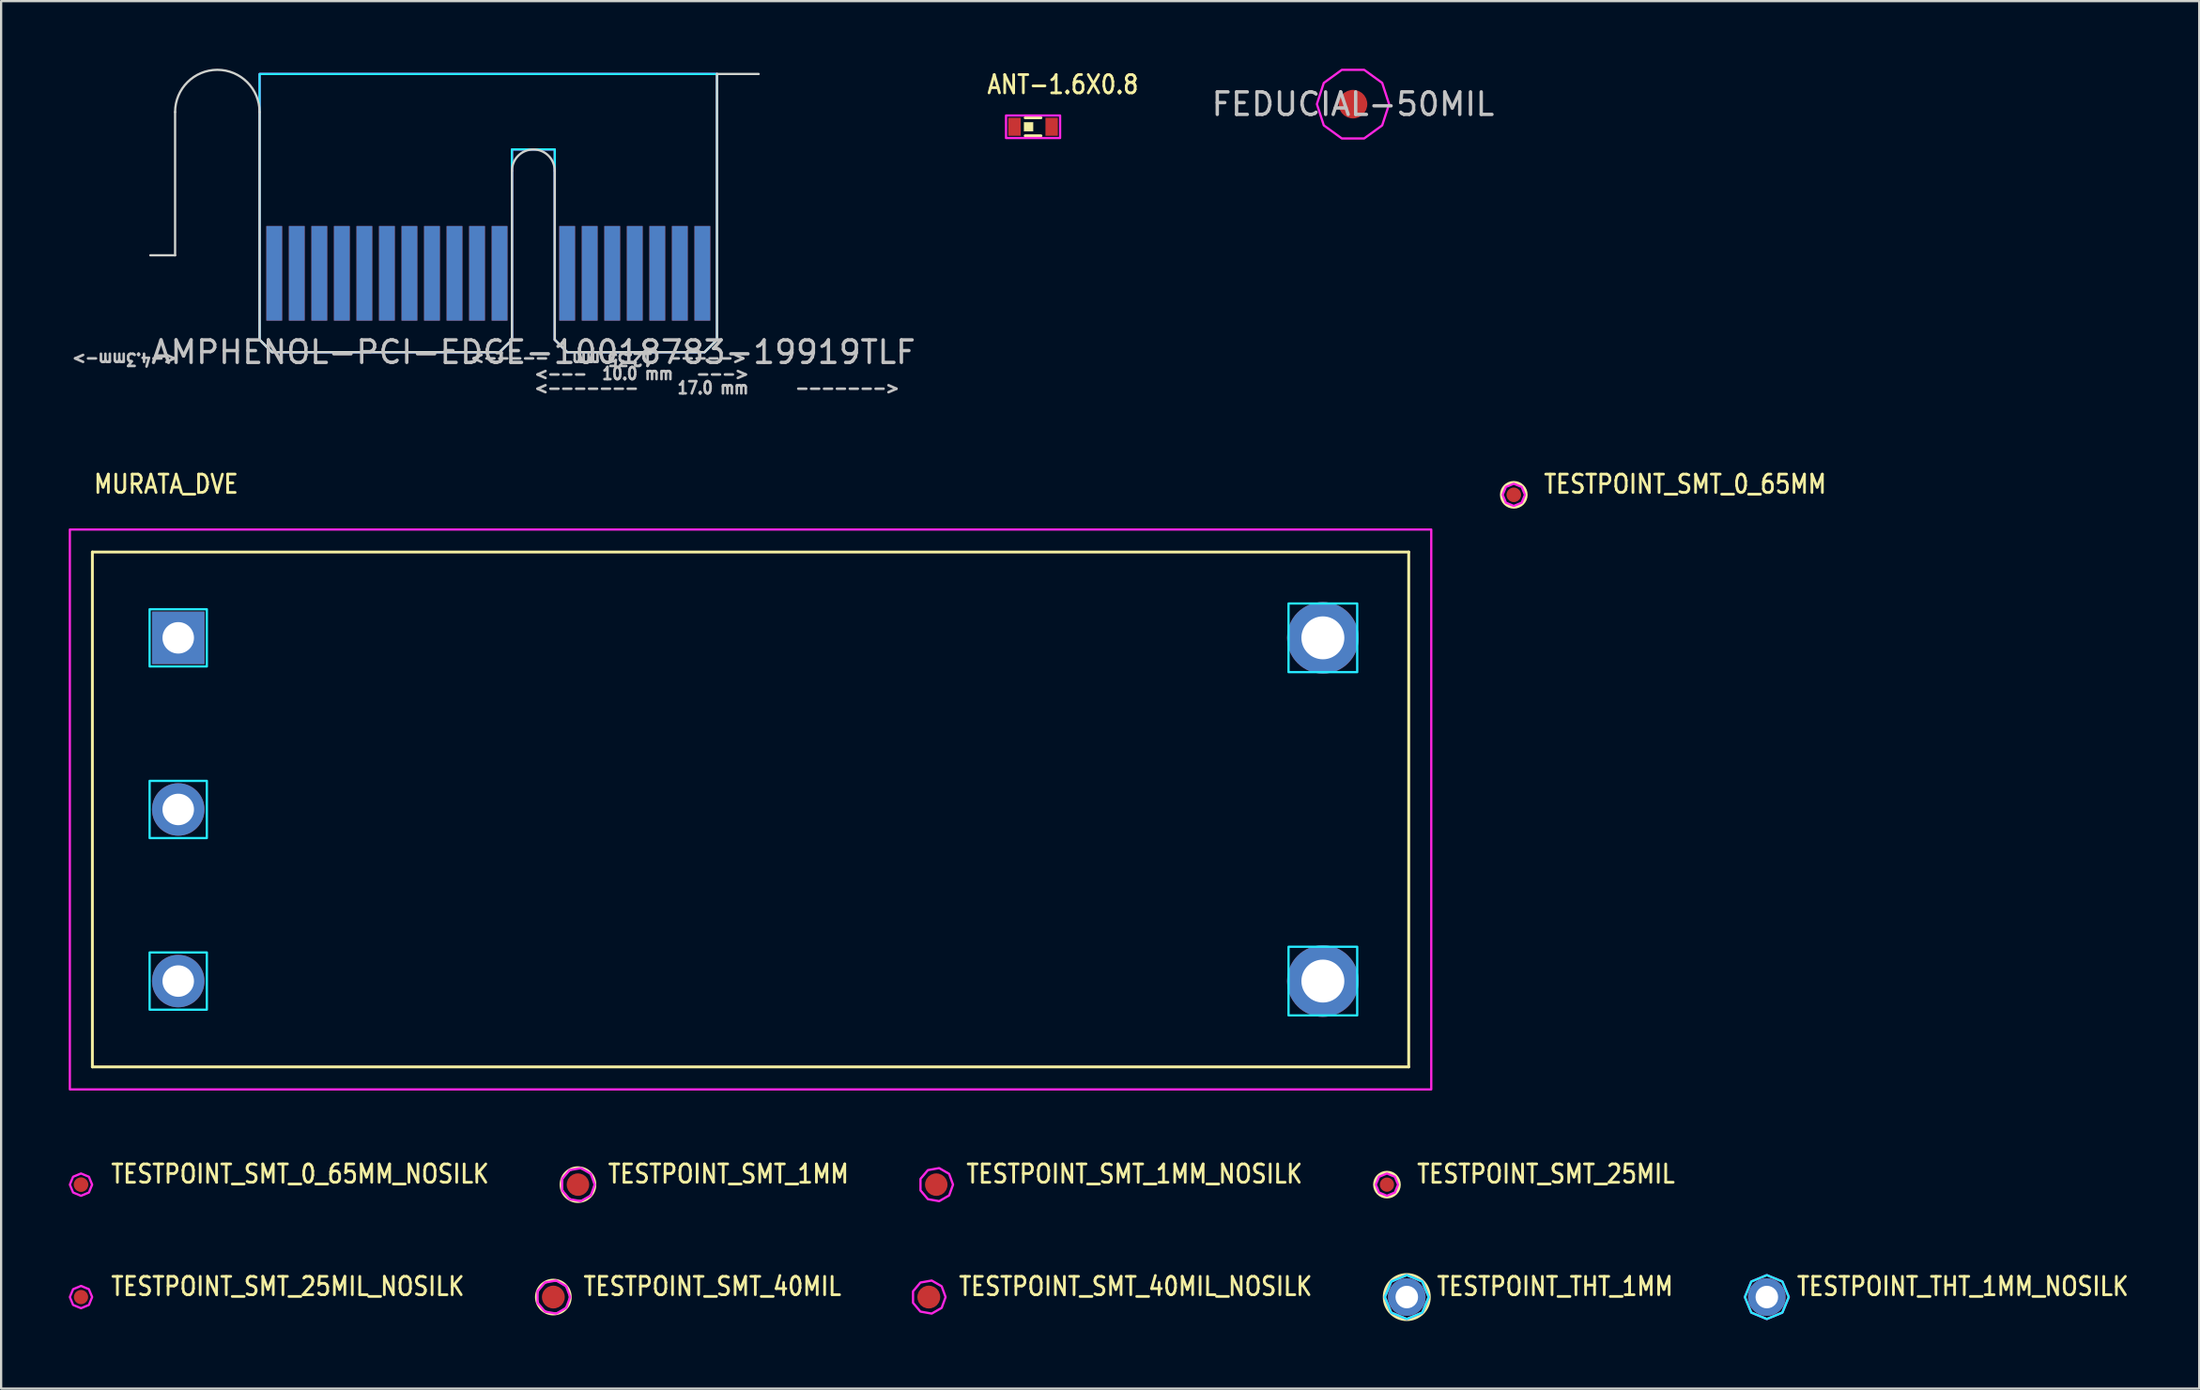
<source format=kicad_pcb>
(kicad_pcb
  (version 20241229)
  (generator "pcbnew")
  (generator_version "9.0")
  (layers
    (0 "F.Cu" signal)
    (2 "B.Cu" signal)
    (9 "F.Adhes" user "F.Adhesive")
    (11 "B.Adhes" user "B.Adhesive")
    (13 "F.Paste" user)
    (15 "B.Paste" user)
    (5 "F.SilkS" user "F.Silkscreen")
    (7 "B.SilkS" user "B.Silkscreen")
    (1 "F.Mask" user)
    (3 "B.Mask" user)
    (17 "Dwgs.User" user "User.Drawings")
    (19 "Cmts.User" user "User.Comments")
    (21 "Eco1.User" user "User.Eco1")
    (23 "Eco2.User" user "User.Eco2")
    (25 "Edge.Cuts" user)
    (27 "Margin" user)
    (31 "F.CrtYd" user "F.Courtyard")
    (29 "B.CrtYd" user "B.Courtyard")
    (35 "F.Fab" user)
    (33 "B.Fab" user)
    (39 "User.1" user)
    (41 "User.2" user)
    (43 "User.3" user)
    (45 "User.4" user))
  (footprint "TESTPOINT_SMT_40MIL_NOSILK"
    (layer "F.Cu")
    (at 38.171 54.54)
    (property "Reference" "TESTPOINT_SMT_40MIL_NOSILK" (at 1.27 0 0) (unlocked yes) (layer "F.SilkS") (effects (font (size 0.813 0.695) (thickness 0.122)) (justify left bottom)))
    (fp_poly (pts (xy 0.745 0) (xy 0.571 -0.479) (xy 0.129 -0.734) (xy -0.372 -0.645) (xy -0.7 -0.255) (xy -0.7 0.255) (xy -0.372 0.645) (xy 0.129 0.734) (xy 0.571 0.479)) (stroke (width 0.1) (type solid)) (fill no) (layer "F.CrtYd"))
    (pad "1" smd roundrect (at 0 0) (size 1.016 1.016) (layers "F.Cu" "F.Mask") (roundrect_rratio 0.5)))
  (footprint "TESTPOINT_SMT_1MM"
    (layer "F.Cu")
    (at 22.6 49.548)
    (property "Reference" "TESTPOINT_SMT_1MM" (at 1.27 0 0) (unlocked yes) (layer "F.SilkS") (effects (font (size 0.813 0.695) (thickness 0.122)) (justify left bottom)))
    (fp_circle (center 0 0) (end 0.75 0) (stroke (width 0.127) (type solid)) (fill no) (layer "F.SilkS"))
    (fp_poly (pts (xy 0.745 0) (xy 0.571 -0.479) (xy 0.129 -0.734) (xy -0.372 -0.645) (xy -0.7 -0.255) (xy -0.7 0.255) (xy -0.372 0.645) (xy 0.129 0.734) (xy 0.571 0.479)) (stroke (width 0.1) (type solid)) (fill no) (layer "F.CrtYd"))
    (pad "1" smd roundrect (at 0 0) (size 1 1) (layers "F.Cu" "F.Mask") (roundrect_rratio 0.5)))
  (footprint "TESTPOINT_SMT_40MIL"
    (layer "F.Cu")
    (at 21.508 54.54)
    (property "Reference" "TESTPOINT_SMT_40MIL" (at 1.27 0 0) (unlocked yes) (layer "F.SilkS") (effects (font (size 0.813 0.695) (thickness 0.122)) (justify left bottom)))
    (fp_circle (center 0 0) (end 0.75 0) (stroke (width 0.127) (type solid)) (fill no) (layer "F.SilkS"))
    (fp_poly (pts (xy 0.745 0) (xy 0.571 -0.479) (xy 0.129 -0.734) (xy -0.372 -0.645) (xy -0.7 -0.255) (xy -0.7 0.255) (xy -0.372 0.645) (xy 0.129 0.734) (xy 0.571 0.479)) (stroke (width 0.1) (type solid)) (fill no) (layer "F.CrtYd"))
    (pad "1" smd roundrect (at 0 0) (size 1.016 1.016) (layers "F.Cu" "F.Mask") (roundrect_rratio 0.5)))
  (footprint "TESTPOINT_THT_1MM_NOSILK"
    (layer "F.Cu")
    (at 75.363 54.54)
    (property "Reference" "TESTPOINT_THT_1MM_NOSILK" (at 1.27 0 0) (unlocked yes) (layer "F.SilkS") (effects (font (size 0.813 0.695) (thickness 0.122)) (justify left bottom)))
    (fp_poly (pts (xy 0.974 0) (xy 0.689 -0.689) (xy 0 -0.974) (xy -0.689 -0.689) (xy -0.974 0) (xy -0.689 0.689) (xy 0 0.974) (xy 0.689 0.689)) (stroke (width 0.1) (type solid)) (fill no) (layer "B.CrtYd"))
    (fp_poly (pts (xy 0.974 0) (xy 0.689 -0.689) (xy 0 -0.974) (xy -0.689 -0.689) (xy -0.974 0) (xy -0.689 0.689) (xy 0 0.974) (xy 0.689 0.689)) (stroke (width 0.1) (type solid)) (fill no) (layer "F.CrtYd"))
    (pad "1" thru_hole oval (at 0 0) (size 1.667 1.667) (drill 1) (layers "*.Cu" "*.Mask")))
  (footprint "TESTPOINT_THT_1MM"
    (layer "F.Cu")
    (at 59.384 54.54)
    (property "Reference" "TESTPOINT_THT_1MM" (at 1.27 0 0) (unlocked yes) (layer "F.SilkS") (effects (font (size 0.813 0.695) (thickness 0.122)) (justify left bottom)))
    (fp_circle (center 0 0) (end 1 0) (stroke (width 0.127) (type solid)) (fill no) (layer "F.SilkS"))
    (fp_poly (pts (xy 0.974 0) (xy 0.689 -0.689) (xy 0 -0.974) (xy -0.689 -0.689) (xy -0.974 0) (xy -0.689 0.689) (xy 0 0.974) (xy 0.689 0.689)) (stroke (width 0.1) (type solid)) (fill no) (layer "B.CrtYd"))
    (fp_poly (pts (xy 0.974 0) (xy 0.689 -0.689) (xy 0 -0.974) (xy -0.689 -0.689) (xy -0.974 0) (xy -0.689 0.689) (xy 0 0.974) (xy 0.689 0.689)) (stroke (width 0.1) (type solid)) (fill no) (layer "F.CrtYd"))
    (pad "1" thru_hole oval (at 0 0) (size 1.667 1.667) (drill 1) (layers "*.Cu" "*.Mask")))
  (footprint "AMPHENOL-PCI-EDGE-10018783-19919TLF"
    (layer "F.Cu")
    (at 20.621 12.585)
    (property "Reference" "AMPHENOL-PCI-EDGE-10018783-19919TLF" (at 0 0 0) (layer "Dwgs.User") (effects (font (size 1 1) (thickness 0.15))))
    (fp_poly (pts (xy -12.5 -8) (xy -12.5 0.35) (xy 8.5 0.35) (xy 8.5 -8)) (stroke (width 0) (type solid)) (fill yes) (layer "F.Mask"))
    (fp_poly (pts (xy -12.5 -8) (xy -12.5 0.35) (xy 8.5 0.35) (xy 8.5 -8)) (stroke (width 0) (type solid)) (fill yes) (layer "B.Mask"))
    (fp_line (start -15.9 -10.66) (end -15.9 -4.3) (stroke (width 0.1) (type solid)) (layer "Edge.Cuts"))
    (fp_line (start -15.9 -4.3) (end -17 -4.3) (stroke (width 0.1) (type solid)) (layer "Edge.Cuts"))
    (fp_line (start -12.15 -0.55) (end -12.15 -10.66) (stroke (width 0.1) (type solid)) (layer "Edge.Cuts"))
    (fp_line (start -11.6 0) (end -12.15 -0.55) (stroke (width 0.1) (type solid)) (layer "Edge.Cuts"))
    (fp_line (start -1.5 0) (end -11.6 0) (stroke (width 0.1) (type solid)) (layer "Edge.Cuts"))
    (fp_line (start -0.95 -0.55) (end -1.5 0) (stroke (width 0.1) (type solid)) (layer "Edge.Cuts"))
    (fp_line (start -0.95 -0.55) (end -0.95 -8.05) (stroke (width 0.1) (type solid)) (layer "Edge.Cuts"))
    (fp_line (start 0.95 -0.55) (end 0.95 -8.05) (stroke (width 0.1) (type solid)) (layer "Edge.Cuts"))
    (fp_line (start 0.95 -0.55) (end 1.5 0) (stroke (width 0.1) (type solid)) (layer "Edge.Cuts"))
    (fp_line (start 1.5 0) (end 7.6 0) (stroke (width 0.1) (type solid)) (layer "Edge.Cuts"))
    (fp_line (start 7.6 0) (end 8.15 -0.55) (stroke (width 0.1) (type solid)) (layer "Edge.Cuts"))
    (fp_line (start 8.15 -12.35) (end 10 -12.35) (stroke (width 0.1) (type solid)) (layer "Edge.Cuts"))
    (fp_line (start 8.15 -0.55) (end 8.15 -12.35) (stroke (width 0.1) (type solid)) (layer "Edge.Cuts"))
    (fp_arc (start -15.9 -10.66) (mid -14.025 -12.535) (end -12.15 -10.66) (stroke (width 0.1) (type solid)) (layer "Edge.Cuts"))
    (fp_arc (start -0.95 -8.05) (mid 0 -9) (end 0.95 -8.05) (stroke (width 0.1) (type solid)) (layer "Edge.Cuts"))
    (fp_poly (pts (xy 0.95 -0.55) (xy 1.5 0) (xy 7.6 0) (xy 8.15 -0.55) (xy 8.15 -12.35) (xy -12.15 -12.35) (xy -12.15 -0.55) (xy -11.6 0) (xy -1.5 0) (xy -0.95 -0.55) (xy -0.95 -9) (xy 0.95 -9)) (stroke (width 0.1) (type solid)) (fill no) (layer "B.CrtYd"))
    (fp_poly (pts (xy 0.95 -0.55) (xy 1.5 0) (xy 7.6 0) (xy 8.15 -0.55) (xy 8.15 -12.35) (xy -12.15 -12.35) (xy -12.15 -0.55) (xy -11.6 0) (xy -1.5 0) (xy -0.95 -0.55) (xy -0.95 -9) (xy 0.95 -9)) (stroke (width 0.1) (type solid)) (fill no) (layer "F.CrtYd"))
    (fp_text user "<-----  12.35 mm   ----->" (at 9.5 0 180) (unlocked yes) (layer "Dwgs.User") (effects (font (size 0.54 0.462) (thickness 5.4)) (justify left bottom)))
    (fp_text user "<---  10.0 mm   --->" (at 0 1.27 0) (unlocked yes) (layer "Dwgs.User") (effects (font (size 0.54 0.462) (thickness 5.4)) (justify left bottom)))
    (fp_text user "<-4.3mm->" (at -15.75 0 180) (unlocked yes) (layer "Dwgs.User") (effects (font (size 0.54 0.462) (thickness 5.4)) (justify left bottom)))
    (fp_text user "<-------     17.0 mm      ------->" (at 0 1.27 0) (unlocked yes) (layer "Dwgs.User") (effects (font (size 0.54 0.462) (thickness 5.4)) (justify left top)))
    (pad "A_1" smd rect (at -11.5 -3.5) (size 0.7 4.2) (layers "F.Cu"))
    (pad "A_2" smd rect (at -10.5 -3.5) (size 0.7 4.2) (layers "F.Cu"))
    (pad "A_3" smd rect (at -9.5 -3.5) (size 0.7 4.2) (layers "F.Cu"))
    (pad "A_4" smd rect (at -8.5 -3.5) (size 0.7 4.2) (layers "F.Cu"))
    (pad "A_5" smd rect (at -7.5 -3.5) (size 0.7 4.2) (layers "F.Cu"))
    (pad "A_6" smd rect (at -6.5 -3.5) (size 0.7 4.2) (layers "F.Cu"))
    (pad "A_7" smd rect (at -5.5 -3.5) (size 0.7 4.2) (layers "F.Cu"))
    (pad "A_8" smd rect (at -4.5 -3.5) (size 0.7 4.2) (layers "F.Cu"))
    (pad "A_9" smd rect (at -3.5 -3.5) (size 0.7 4.2) (layers "F.Cu"))
    (pad "A_10" smd rect (at -2.5 -3.5) (size 0.7 4.2) (layers "F.Cu"))
    (pad "A_11" smd rect (at -1.5 -3.5) (size 0.7 4.2) (layers "F.Cu"))
    (pad "A_12" smd rect (at 1.5 -3.5) (size 0.7 4.2) (layers "F.Cu"))
    (pad "A_13" smd rect (at 2.5 -3.5) (size 0.7 4.2) (layers "F.Cu"))
    (pad "A_14" smd rect (at 3.5 -3.5) (size 0.7 4.2) (layers "F.Cu"))
    (pad "A_15" smd rect (at 4.5 -3.5) (size 0.7 4.2) (layers "F.Cu"))
    (pad "A_16" smd rect (at 5.5 -3.5) (size 0.7 4.2) (layers "F.Cu"))
    (pad "A_17" smd rect (at 6.5 -3.5) (size 0.7 4.2) (layers "F.Cu"))
    (pad "A_18" smd rect (at 7.5 -3.5) (size 0.7 4.2) (layers "F.Cu"))
    (pad "B_1" smd rect (at -11.5 -3.5 180) (size 0.7 4.2) (layers "B.Cu"))
    (pad "B_2" smd rect (at -10.5 -3.5 180) (size 0.7 4.2) (layers "B.Cu"))
    (pad "B_3" smd rect (at -9.5 -3.5 180) (size 0.7 4.2) (layers "B.Cu"))
    (pad "B_4" smd rect (at -8.5 -3.5 180) (size 0.7 4.2) (layers "B.Cu"))
    (pad "B_5" smd rect (at -7.5 -3.5 180) (size 0.7 4.2) (layers "B.Cu"))
    (pad "B_6" smd rect (at -6.5 -3.5 180) (size 0.7 4.2) (layers "B.Cu"))
    (pad "B_7" smd rect (at -5.5 -3.5 180) (size 0.7 4.2) (layers "B.Cu"))
    (pad "B_8" smd rect (at -4.5 -3.5 180) (size 0.7 4.2) (layers "B.Cu"))
    (pad "B_9" smd rect (at -3.5 -3.5 180) (size 0.7 4.2) (layers "B.Cu"))
    (pad "B_10" smd rect (at -2.5 -3.5 180) (size 0.7 4.2) (layers "B.Cu"))
    (pad "B_11" smd rect (at -1.5 -3.5 180) (size 0.7 4.2) (layers "B.Cu"))
    (pad "B_12" smd rect (at 1.5 -3.5 180) (size 0.7 4.2) (layers "B.Cu"))
    (pad "B_13" smd rect (at 2.5 -3.5 180) (size 0.7 4.2) (layers "B.Cu"))
    (pad "B_14" smd rect (at 3.5 -3.5 180) (size 0.7 4.2) (layers "B.Cu"))
    (pad "B_15" smd rect (at 4.5 -3.5 180) (size 0.7 4.2) (layers "B.Cu"))
    (pad "B_16" smd rect (at 5.5 -3.5 180) (size 0.7 4.2) (layers "B.Cu"))
    (pad "B_17" smd rect (at 6.5 -3.5 180) (size 0.7 4.2) (layers "B.Cu"))
    (pad "B_18" smd rect (at 7.5 -3.5 180) (size 0.7 4.2) (layers "B.Cu")))
  (footprint "TESTPOINT_SMT_0_65MM_NOSILK"
    (layer "F.Cu")
    (at 0.545 49.548)
    (property "Reference" "TESTPOINT_SMT_0_65MM_NOSILK" (at 1.27 0 0) (unlocked yes) (layer "F.SilkS") (effects (font (size 0.813 0.695) (thickness 0.122)) (justify left bottom)))
    (fp_poly (pts (xy 0.495 0) (xy 0.35 -0.35) (xy 0 -0.495) (xy -0.35 -0.35) (xy -0.495 0) (xy -0.35 0.35) (xy 0 0.495) (xy 0.35 0.35)) (stroke (width 0.1) (type solid)) (fill no) (layer "F.CrtYd"))
    (pad "1" smd roundrect (at 0 0) (size 0.65 0.65) (layers "F.Cu" "F.Mask") (roundrect_rratio 0.5)))
  (footprint "FEDUCIAL-50MIL"
    (layer "F.Cu")
    (at 56.997 1.574)
    (property "Reference" "FEDUCIAL-50MIL" (at 0 0 0) (layer "Dwgs.User") (effects (font (size 1 1) (thickness 0.15))))
    (fp_circle (center 0 0) (end 0.635 0) (stroke (width 1.27) (type solid)) (fill no) (layer "F.Mask"))
    (fp_circle (center 0 0) (end 0.762 0) (stroke (width 1.524) (type solid)) (fill no) (layer "F.Mask"))
    (fp_poly (pts (xy 1.602 0) (xy 1.296 -0.942) (xy 0.495 -1.524) (xy -0.495 -1.524) (xy -1.296 -0.942) (xy -1.602 0) (xy -1.296 0.942) (xy -0.495 1.524) (xy 0.495 1.524) (xy 1.296 0.942)) (stroke (width 0.1) (type solid)) (fill no) (layer "F.CrtYd"))
    (pad "1" smd roundrect (at 0 0) (size 1.27 1.27) (layers "F.Cu") (roundrect_rratio 0.5)))
  (footprint "TESTPOINT_SMT_25MIL_NOSILK"
    (layer "F.Cu")
    (at 0.545 54.54)
    (property "Reference" "TESTPOINT_SMT_25MIL_NOSILK" (at 1.27 0 0) (unlocked yes) (layer "F.SilkS") (effects (font (size 0.813 0.695) (thickness 0.122)) (justify left bottom)))
    (fp_poly (pts (xy 0.495 0) (xy 0.35 -0.35) (xy 0 -0.495) (xy -0.35 -0.35) (xy -0.495 0) (xy -0.35 0.35) (xy 0 0.495) (xy 0.35 0.35)) (stroke (width 0.1) (type solid)) (fill no) (layer "F.CrtYd"))
    (pad "1" smd roundrect (at 0 0) (size 0.635 0.635) (layers "F.Cu" "F.Mask") (roundrect_rratio 0.5)))
  (footprint "TESTPOINT_SMT_25MIL"
    (layer "F.Cu")
    (at 58.504 49.548)
    (property "Reference" "TESTPOINT_SMT_25MIL" (at 1.27 0 0) (unlocked yes) (layer "F.SilkS") (effects (font (size 0.813 0.695) (thickness 0.122)) (justify left bottom)))
    (fp_circle (center 0 0) (end 0.55 0) (stroke (width 0.127) (type solid)) (fill no) (layer "F.SilkS"))
    (fp_poly (pts (xy 0.495 0) (xy 0.35 -0.35) (xy 0 -0.495) (xy -0.35 -0.35) (xy -0.495 0) (xy -0.35 0.35) (xy 0 0.495) (xy 0.35 0.35)) (stroke (width 0.1) (type solid)) (fill no) (layer "F.CrtYd"))
    (pad "1" smd roundrect (at 0 0) (size 0.635 0.635) (layers "F.Cu" "F.Mask") (roundrect_rratio 0.5)))
  (footprint "ANT-1.6X0.8"
    (layer "F.Cu")
    (at 42.798 2.579)
    (property "Reference" "ANT-1.6X0.8" (at -2.1 -1.4 0) (unlocked yes) (layer "F.SilkS") (effects (font (size 0.813 0.695) (thickness 0.122)) (justify left bottom)))
    (fp_line (start -0.35 -0.4) (end 0.35 -0.4) (stroke (width 0.127) (type solid)) (layer "F.SilkS"))
    (fp_line (start -0.35 0.4) (end 0.35 0.4) (stroke (width 0.127) (type solid)) (layer "F.SilkS"))
    (fp_rect (start -0.4 0.2) (end 0 -0.2) (stroke (width 0.01) (type solid)) (fill yes) (layer "F.SilkS"))
    (fp_poly (pts (xy -1.2 -0.5) (xy 1.2 -0.5) (xy 1.2 0.5) (xy -1.2 0.5)) (stroke (width 0.1) (type solid)) (fill no) (layer "F.CrtYd"))
    (pad "FEED" smd rect (at -0.825 0) (size 0.55 0.8) (layers "F.Cu" "F.Mask" "F.Paste"))
    (pad "NC" smd rect (at 0.825 0) (size 0.55 0.8) (layers "F.Cu" "F.Mask" "F.Paste")))
  (footprint "TESTPOINT_SMT_0_65MM"
    (layer "F.Cu")
    (at 64.133 18.92)
    (property "Reference" "TESTPOINT_SMT_0_65MM" (at 1.27 0 0) (unlocked yes) (layer "F.SilkS") (effects (font (size 0.813 0.695) (thickness 0.122)) (justify left bottom)))
    (fp_circle (center 0 0) (end 0.55 0) (stroke (width 0.127) (type solid)) (fill no) (layer "F.SilkS"))
    (fp_poly (pts (xy 0.495 0) (xy 0.35 -0.35) (xy 0 -0.495) (xy -0.35 -0.35) (xy -0.495 0) (xy -0.35 0.35) (xy 0 0.495) (xy 0.35 0.35)) (stroke (width 0.1) (type solid)) (fill no) (layer "F.CrtYd"))
    (pad "1" smd roundrect (at 0 0) (size 0.65 0.65) (layers "F.Cu" "F.Mask") (roundrect_rratio 0.5)))
  (footprint "MURATA_DVE"
    (layer "F.Cu")
    (at 30.26 32.89)
    (property "Reference" "MURATA_DVE" (at -29.21 -13.97 0) (unlocked yes) (layer "F.SilkS") (effects (font (size 0.813 0.695) (thickness 0.122)) (justify left bottom)))
    (fp_line (start -29.21 -11.43) (end 29.21 -11.43) (stroke (width 0.127) (type solid)) (layer "F.SilkS"))
    (fp_line (start -29.21 11.43) (end -29.21 -11.43) (stroke (width 0.127) (type solid)) (layer "F.SilkS"))
    (fp_line (start 29.21 -11.43) (end 29.21 11.43) (stroke (width 0.127) (type solid)) (layer "F.SilkS"))
    (fp_line (start 29.21 11.43) (end -29.21 11.43) (stroke (width 0.127) (type solid)) (layer "F.SilkS"))
    (fp_poly (pts (xy -26.67 -8.89) (xy -24.13 -8.89) (xy -24.13 -6.35) (xy -26.67 -6.35)) (stroke (width 0.1) (type solid)) (fill no) (layer "B.CrtYd"))
    (fp_poly (pts (xy -26.67 -1.27) (xy -24.13 -1.27) (xy -24.13 1.27) (xy -26.67 1.27)) (stroke (width 0.1) (type solid)) (fill no) (layer "B.CrtYd"))
    (fp_poly (pts (xy -26.67 6.35) (xy -24.13 6.35) (xy -24.13 8.89) (xy -26.67 8.89)) (stroke (width 0.1) (type solid)) (fill no) (layer "B.CrtYd"))
    (fp_poly (pts (xy 23.876 -9.144) (xy 26.924 -9.144) (xy 26.924 -6.096) (xy 23.876 -6.096)) (stroke (width 0.1) (type solid)) (fill no) (layer "B.CrtYd"))
    (fp_poly (pts (xy 23.876 6.096) (xy 26.924 6.096) (xy 26.924 9.144) (xy 23.876 9.144)) (stroke (width 0.1) (type solid)) (fill no) (layer "B.CrtYd"))
    (fp_poly (pts (xy -30.21 -12.43) (xy 30.21 -12.43) (xy 30.21 12.43) (xy -30.21 12.43)) (stroke (width 0.1) (type solid)) (fill no) (layer "F.CrtYd"))
    (pad "1" thru_hole rect (at -25.4 -7.62) (size 2.328 2.328) (drill 1.397) (layers "*.Cu" "*.Mask"))
    (pad "2" thru_hole oval (at -25.4 0) (size 2.328 2.328) (drill 1.397) (layers "*.Cu" "*.Mask"))
    (pad "4" thru_hole oval (at -25.4 7.62) (size 2.328 2.328) (drill 1.397) (layers "*.Cu" "*.Mask"))
    (pad "5" thru_hole oval (at 25.4 7.62) (size 3.175 3.175) (drill 1.905) (layers "*.Cu" "*.Mask"))
    (pad "16" thru_hole oval (at 25.4 -7.62) (size 3.175 3.175) (drill 1.905) (layers "*.Cu" "*.Mask")))
  (footprint "TESTPOINT_SMT_1MM_NOSILK"
    (layer "F.Cu")
    (at 38.502 49.548)
    (property "Reference" "TESTPOINT_SMT_1MM_NOSILK" (at 1.27 0 0) (unlocked yes) (layer "F.SilkS") (effects (font (size 0.813 0.695) (thickness 0.122)) (justify left bottom)))
    (fp_poly (pts (xy 0.745 0) (xy 0.571 -0.479) (xy 0.129 -0.734) (xy -0.372 -0.645) (xy -0.7 -0.255) (xy -0.7 0.255) (xy -0.372 0.645) (xy 0.129 0.734) (xy 0.571 0.479)) (stroke (width 0.1) (type solid)) (fill no) (layer "F.CrtYd"))
    (pad "1" smd roundrect (at 0 0) (size 1 1) (layers "F.Cu" "F.Mask") (roundrect_rratio 0.5)))
  (gr_rect
    (start -3 -3)
    (end 94.553 58.604)
    (stroke (width 0.1) (type default))
    (fill no)
    (layer "Edge.Cuts")))
</source>
